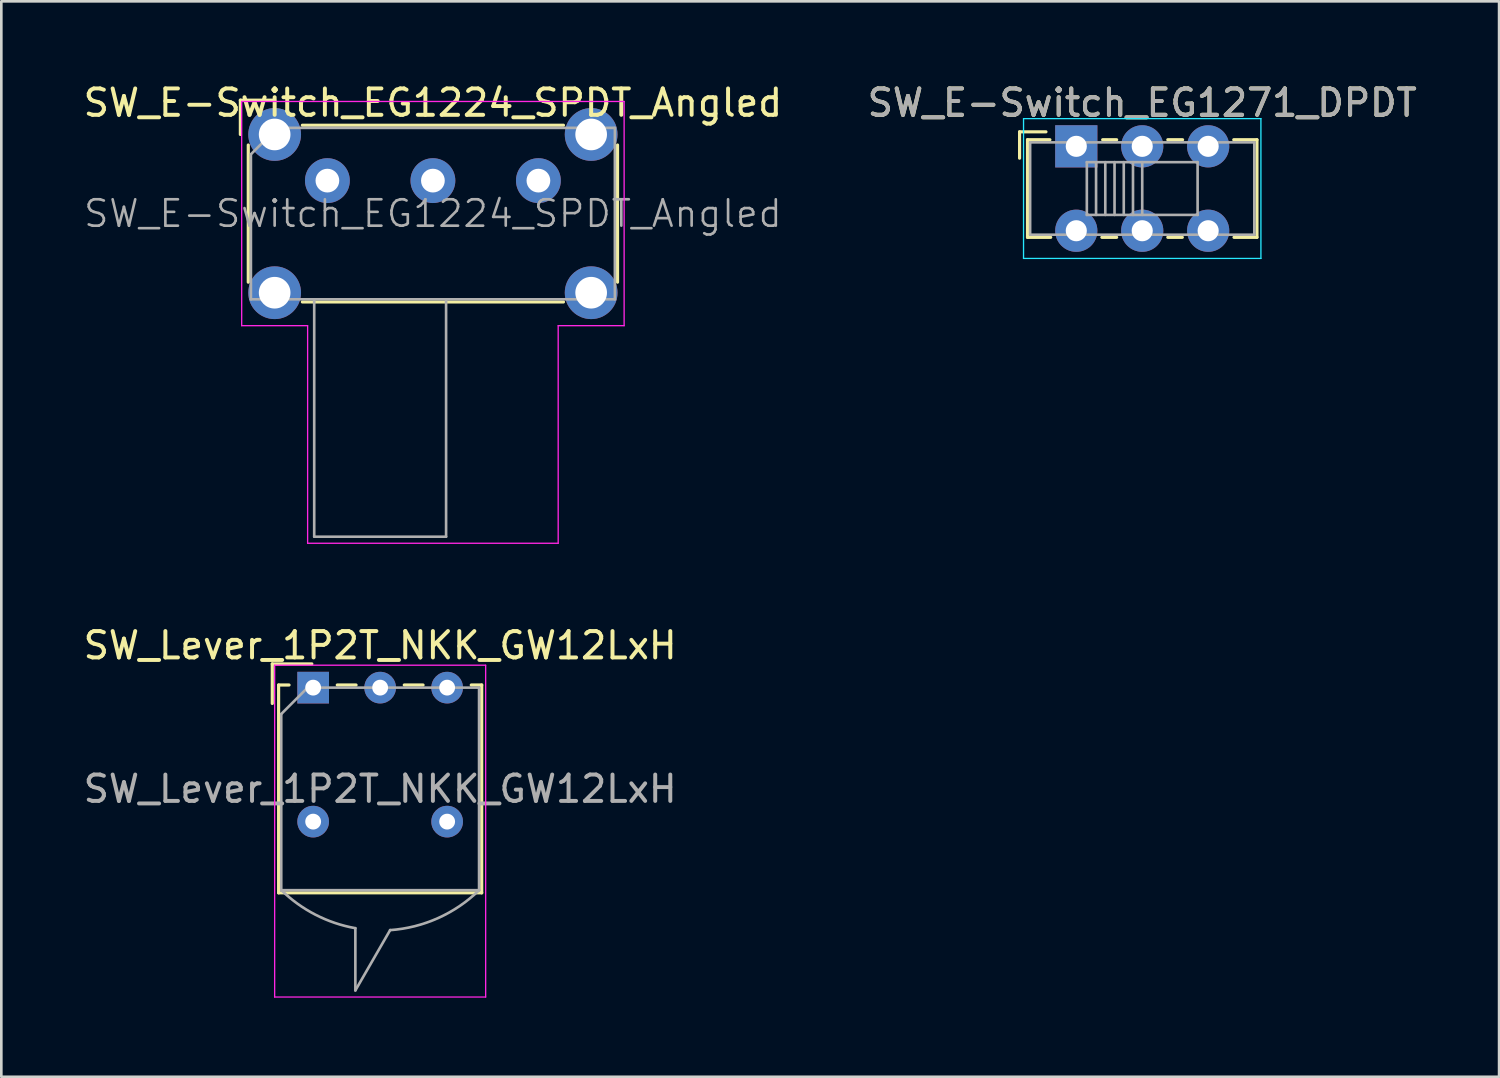
<source format=kicad_pcb>
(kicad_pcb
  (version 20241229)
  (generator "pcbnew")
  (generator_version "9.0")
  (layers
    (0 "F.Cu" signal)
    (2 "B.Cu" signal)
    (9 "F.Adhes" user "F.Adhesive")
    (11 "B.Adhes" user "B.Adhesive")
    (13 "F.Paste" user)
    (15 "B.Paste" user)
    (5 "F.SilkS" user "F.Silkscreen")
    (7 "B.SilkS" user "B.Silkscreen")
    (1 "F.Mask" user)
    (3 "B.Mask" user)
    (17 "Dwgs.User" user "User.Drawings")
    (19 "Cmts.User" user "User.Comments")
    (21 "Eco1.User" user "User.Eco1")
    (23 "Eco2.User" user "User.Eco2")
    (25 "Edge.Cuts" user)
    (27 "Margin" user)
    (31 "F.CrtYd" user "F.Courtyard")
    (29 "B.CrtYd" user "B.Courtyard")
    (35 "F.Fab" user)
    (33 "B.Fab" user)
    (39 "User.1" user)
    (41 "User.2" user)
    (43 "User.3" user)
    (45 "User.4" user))
  (footprint "SW_Lever_1P2T_NKK_GW12LxH"
    (layer "F.Cu")
    (at 8.823 23.021)
    (property "Reference" "SW_Lever_1P2T_NKK_GW12LxH" (at 2.54 -1.6 0) (layer "F.SilkS") (effects (font (size 1 1) (thickness 0.15))))
    (attr through_hole)
    (fp_line (start -1.55 -0.9) (end -0.05 -0.9) (stroke (width 0.12) (type solid)) (layer "F.SilkS"))
    (fp_line (start -1.55 0.6) (end -1.55 -0.9) (stroke (width 0.12) (type solid)) (layer "F.SilkS"))
    (fp_line (start -1.31 -0.1) (end -1.31 7.78) (stroke (width 0.12) (type solid)) (layer "F.SilkS"))
    (fp_line (start -1.31 -0.1) (end -0.914 -0.1) (stroke (width 0.12) (type solid)) (layer "F.SilkS"))
    (fp_line (start -1.31 7.78) (end 6.39 7.78) (stroke (width 0.12) (type solid)) (layer "F.SilkS"))
    (fp_line (start 0.914 -0.1) (end 1.627 -0.1) (stroke (width 0.12) (type solid)) (layer "F.SilkS"))
    (fp_line (start 3.454 -0.1) (end 4.167 -0.1) (stroke (width 0.12) (type solid)) (layer "F.SilkS"))
    (fp_line (start 5.994 -0.1) (end 6.39 -0.1) (stroke (width 0.12) (type solid)) (layer "F.SilkS"))
    (fp_line (start 6.39 -0.1) (end 6.39 7.78) (stroke (width 0.12) (type solid)) (layer "F.SilkS"))
    (fp_line (start -1.46 -0.85) (end -1.46 11.73) (stroke (width 0.05) (type solid)) (layer "F.CrtYd"))
    (fp_line (start -1.46 11.73) (end 6.54 11.73) (stroke (width 0.05) (type solid)) (layer "F.CrtYd"))
    (fp_line (start 6.54 -0.85) (end -1.46 -0.85) (stroke (width 0.05) (type solid)) (layer "F.CrtYd"))
    (fp_line (start 6.54 11.73) (end 6.54 -0.85) (stroke (width 0.05) (type solid)) (layer "F.CrtYd"))
    (fp_line (start -1.21 1) (end -0.21 0) (stroke (width 0.1) (type solid)) (layer "F.Fab"))
    (fp_line (start -1.21 7.68) (end -1.21 1) (stroke (width 0.1) (type solid)) (layer "F.Fab"))
    (fp_line (start -0.21 0) (end 6.29 0) (stroke (width 0.1) (type solid)) (layer "F.Fab"))
    (fp_line (start 1.6 9.12) (end 1.6 11.48) (stroke (width 0.1) (type solid)) (layer "F.Fab"))
    (fp_line (start 1.6 11.48) (end 2.92 9.19) (stroke (width 0.1) (type solid)) (layer "F.Fab"))
    (fp_line (start 6.29 0) (end 6.29 7.68) (stroke (width 0.1) (type solid)) (layer "F.Fab"))
    (fp_line (start 6.29 7.68) (end -1.21 7.68) (stroke (width 0.1) (type solid)) (layer "F.Fab"))
    (fp_arc (start 1.6 9.12) (mid 0.089022 8.610189) (end -1.205256 7.678627) (stroke (width 0.1) (type solid)) (layer "F.Fab"))
    (fp_arc (start 6.29 7.68) (mid 4.737678 8.736766) (end 2.916333 9.194108) (stroke (width 0.1) (type solid)) (layer "F.Fab"))
    (fp_text user "${REFERENCE}" (at 2.54 3.84 0) (layer "F.Fab") (effects (font (size 1 1) (thickness 0.15))))
    (pad "" thru_hole circle (at 0 5.08) (size 1.2 1.2) (drill 0.6) (layers "*.Cu" "*.Mask"))
    (pad "" thru_hole circle (at 5.08 5.08) (size 1.2 1.2) (drill 0.6) (layers "*.Cu" "*.Mask"))
    (pad "1" thru_hole rect (at 0 0) (size 1.2 1.2) (drill 0.6) (layers "*.Cu" "*.Mask"))
    (pad "2" thru_hole circle (at 2.54 0) (size 1.2 1.2) (drill 0.6) (layers "*.Cu" "*.Mask"))
    (pad "3" thru_hole circle (at 5.08 0) (size 1.2 1.2) (drill 0.6) (layers "*.Cu" "*.Mask")))
  (footprint "SW_E-Switch_EG1271_DPDT"
    (layer "F.Cu")
    (at 37.756 2.498)
    (property "Reference" "SW_E-Switch_EG1271_DPDT" (at 2.5 -1.65 0) (layer "F.SilkS") (effects (font (size 1 1) (thickness 0.15))))
    (attr through_hole)
    (fp_line (start -2.15 -0.55) (end -1.15 -0.55) (stroke (width 0.12) (type solid)) (layer "F.SilkS"))
    (fp_line (start -2.15 0.45) (end -2.15 -0.55) (stroke (width 0.12) (type solid)) (layer "F.SilkS"))
    (fp_line (start -1.85 -0.25) (end -1 -0.25) (stroke (width 0.12) (type solid)) (layer "F.SilkS"))
    (fp_line (start -1.85 3.45) (end -1.85 -0.25) (stroke (width 0.12) (type solid)) (layer "F.SilkS"))
    (fp_line (start -0.97 3.45) (end -1.85 3.45) (stroke (width 0.12) (type solid)) (layer "F.SilkS"))
    (fp_line (start 1 -0.25) (end 1.53 -0.25) (stroke (width 0.12) (type solid)) (layer "F.SilkS"))
    (fp_line (start 1.53 3.45) (end 0.97 3.45) (stroke (width 0.12) (type solid)) (layer "F.SilkS"))
    (fp_line (start 3.47 -0.25) (end 4.03 -0.25) (stroke (width 0.12) (type solid)) (layer "F.SilkS"))
    (fp_line (start 4.02 3.45) (end 3.47 3.45) (stroke (width 0.12) (type solid)) (layer "F.SilkS"))
    (fp_line (start 5.97 -0.25) (end 6.85 -0.25) (stroke (width 0.12) (type solid)) (layer "F.SilkS"))
    (fp_line (start 6.85 -0.25) (end 6.85 3.45) (stroke (width 0.12) (type solid)) (layer "F.SilkS"))
    (fp_line (start 6.85 3.45) (end 5.98 3.45) (stroke (width 0.12) (type solid)) (layer "F.SilkS"))
    (fp_line (start -2 -1.05) (end 7 -1.05) (stroke (width 0.05) (type solid)) (layer "B.CrtYd"))
    (fp_line (start -2 4.25) (end -2 -1.05) (stroke (width 0.05) (type solid)) (layer "B.CrtYd"))
    (fp_line (start 7 -1.05) (end 7 4.25) (stroke (width 0.05) (type solid)) (layer "B.CrtYd"))
    (fp_line (start 7 4.25) (end -2 4.25) (stroke (width 0.05) (type solid)) (layer "B.CrtYd"))
    (fp_line (start -1.75 -0.15) (end -1.75 3.35) (stroke (width 0.1) (type solid)) (layer "F.Fab"))
    (fp_line (start -1.75 -0.15) (end 6.75 -0.15) (stroke (width 0.1) (type solid)) (layer "F.Fab"))
    (fp_line (start 0.4 0.6) (end 0.4 2.6) (stroke (width 0.1) (type solid)) (layer "F.Fab"))
    (fp_line (start 0.4 0.6) (end 4.6 0.6) (stroke (width 0.1) (type solid)) (layer "F.Fab"))
    (fp_line (start 0.75 0.6) (end 0.75 2.6) (stroke (width 0.1) (type solid)) (layer "F.Fab"))
    (fp_line (start 1.1 0.6) (end 1.1 2.6) (stroke (width 0.1) (type solid)) (layer "F.Fab"))
    (fp_line (start 1.45 0.6) (end 1.45 2.6) (stroke (width 0.1) (type solid)) (layer "F.Fab"))
    (fp_line (start 1.8 0.6) (end 1.8 2.6) (stroke (width 0.1) (type solid)) (layer "F.Fab"))
    (fp_line (start 2.15 0.6) (end 2.15 2.6) (stroke (width 0.1) (type solid)) (layer "F.Fab"))
    (fp_line (start 2.5 0.6) (end 2.5 2.6) (stroke (width 0.1) (type solid)) (layer "F.Fab"))
    (fp_line (start 4.6 0.6) (end 4.6 2.6) (stroke (width 0.1) (type solid)) (layer "F.Fab"))
    (fp_line (start 4.6 2.6) (end 0.4 2.6) (stroke (width 0.1) (type solid)) (layer "F.Fab"))
    (fp_line (start 6.75 -0.15) (end 6.75 3.35) (stroke (width 0.1) (type solid)) (layer "F.Fab"))
    (fp_line (start 6.75 3.35) (end -1.75 3.35) (stroke (width 0.1) (type solid)) (layer "F.Fab"))
    (fp_text user "${REFERENCE}" (at 2.5 -1.65 0) (layer "F.Fab") (effects (font (size 1 1) (thickness 0.15))))
    (pad "1" thru_hole rect (at 0 0) (size 1.6 1.6) (drill 0.8) (layers "*.Cu" "*.Mask"))
    (pad "2" thru_hole circle (at 2.5 0) (size 1.6 1.6) (drill 0.8) (layers "*.Cu" "*.Mask"))
    (pad "3" thru_hole circle (at 5 0) (size 1.6 1.6) (drill 0.8) (layers "*.Cu" "*.Mask"))
    (pad "4" thru_hole circle (at 0 3.2) (size 1.6 1.6) (drill 0.8) (layers "*.Cu" "*.Mask"))
    (pad "5" thru_hole circle (at 2.5 3.2) (size 1.6 1.6) (drill 0.8) (layers "*.Cu" "*.Mask"))
    (pad "6" thru_hole circle (at 5 3.2) (size 1.6 1.6) (drill 0.8) (layers "*.Cu" "*.Mask")))
  (footprint "SW_E-Switch_EG1224_SPDT_Angled"
    (layer "F.Cu")
    (at 9.363 3.798)
    (property "Reference" "SW_E-Switch_EG1224_SPDT_Angled" (at 4 -2.95 0) (layer "F.SilkS") (effects (font (size 1 1) (thickness 0.15))))
    (attr through_hole)
    (fp_line (start -3.3 -3.05) (end -2 -3.05) (stroke (width 0.12) (type solid)) (layer "F.SilkS"))
    (fp_line (start -3.3 -1.75) (end -3.3 -3.05) (stroke (width 0.12) (type solid)) (layer "F.SilkS"))
    (fp_line (start -3 3.85) (end -3 -1.35) (stroke (width 0.12) (type solid)) (layer "F.SilkS"))
    (fp_line (start -0.95 -2.1) (end 8.95 -2.1) (stroke (width 0.12) (type solid)) (layer "F.SilkS"))
    (fp_line (start 8.95 4.6) (end -0.95 4.6) (stroke (width 0.12) (type solid)) (layer "F.SilkS"))
    (fp_line (start 11 -1.35) (end 11 3.85) (stroke (width 0.12) (type solid)) (layer "F.SilkS"))
    (fp_line (start -3.25 -3) (end 11.25 -3) (stroke (width 0.05) (type solid)) (layer "F.CrtYd"))
    (fp_line (start -3.25 5.5) (end -3.25 -3) (stroke (width 0.05) (type solid)) (layer "F.CrtYd"))
    (fp_line (start -0.75 5.5) (end -3.25 5.5) (stroke (width 0.05) (type solid)) (layer "F.CrtYd"))
    (fp_line (start -0.75 13.75) (end -0.75 5.5) (stroke (width 0.05) (type solid)) (layer "F.CrtYd"))
    (fp_line (start 8.75 5.5) (end 8.75 13.75) (stroke (width 0.05) (type solid)) (layer "F.CrtYd"))
    (fp_line (start 8.75 13.75) (end -0.75 13.75) (stroke (width 0.05) (type solid)) (layer "F.CrtYd"))
    (fp_line (start 11.25 -3) (end 11.25 5.5) (stroke (width 0.05) (type solid)) (layer "F.CrtYd"))
    (fp_line (start 11.25 5.5) (end 8.75 5.5) (stroke (width 0.05) (type solid)) (layer "F.CrtYd"))
    (fp_line (start -2.9 4.5) (end -2.9 -1) (stroke (width 0.1) (type solid)) (layer "F.Fab"))
    (fp_line (start -1.9 -2) (end -2.9 -1) (stroke (width 0.1) (type solid)) (layer "F.Fab"))
    (fp_line (start -1.9 -2) (end 10.9 -2) (stroke (width 0.1) (type solid)) (layer "F.Fab"))
    (fp_line (start -0.5 13.5) (end -0.5 4.5) (stroke (width 0.1) (type solid)) (layer "F.Fab"))
    (fp_line (start 4.5 4.5) (end 4.5 13.5) (stroke (width 0.1) (type solid)) (layer "F.Fab"))
    (fp_line (start 4.5 13.5) (end -0.5 13.5) (stroke (width 0.1) (type solid)) (layer "F.Fab"))
    (fp_line (start 10.9 -2) (end 10.9 4.5) (stroke (width 0.1) (type solid)) (layer "F.Fab"))
    (fp_line (start 10.9 4.5) (end -2.9 4.5) (stroke (width 0.1) (type solid)) (layer "F.Fab"))
    (fp_text user "${REFERENCE}" (at 4 1.25 0) (layer "F.Fab") (effects (font (size 1 1) (thickness 0.1))))
    (pad "" thru_hole circle (at -2 -1.75) (size 2 2) (drill 1.2) (layers "*.Cu" "*.Mask"))
    (pad "" thru_hole circle (at -2 4.25) (size 2 2) (drill 1.2) (layers "*.Cu" "*.Mask"))
    (pad "" thru_hole circle (at 10 -1.75) (size 2 2) (drill 1.2) (layers "*.Cu" "*.Mask"))
    (pad "" thru_hole circle (at 10 4.25) (size 2 2) (drill 1.2) (layers "*.Cu" "*.Mask"))
    (pad "1" thru_hole circle (at 0 0) (size 1.7 1.7) (drill 0.9) (layers "*.Cu" "*.Mask"))
    (pad "2" thru_hole circle (at 4 0) (size 1.7 1.7) (drill 0.9) (layers "*.Cu" "*.Mask"))
    (pad "3" thru_hole circle (at 8 0) (size 1.7 1.7) (drill 0.9) (layers "*.Cu" "*.Mask")))
  (gr_rect
    (start -3 -3)
    (end 53.786 37.776)
    (stroke (width 0.1) (type default))
    (fill no)
    (layer "Edge.Cuts")))
</source>
